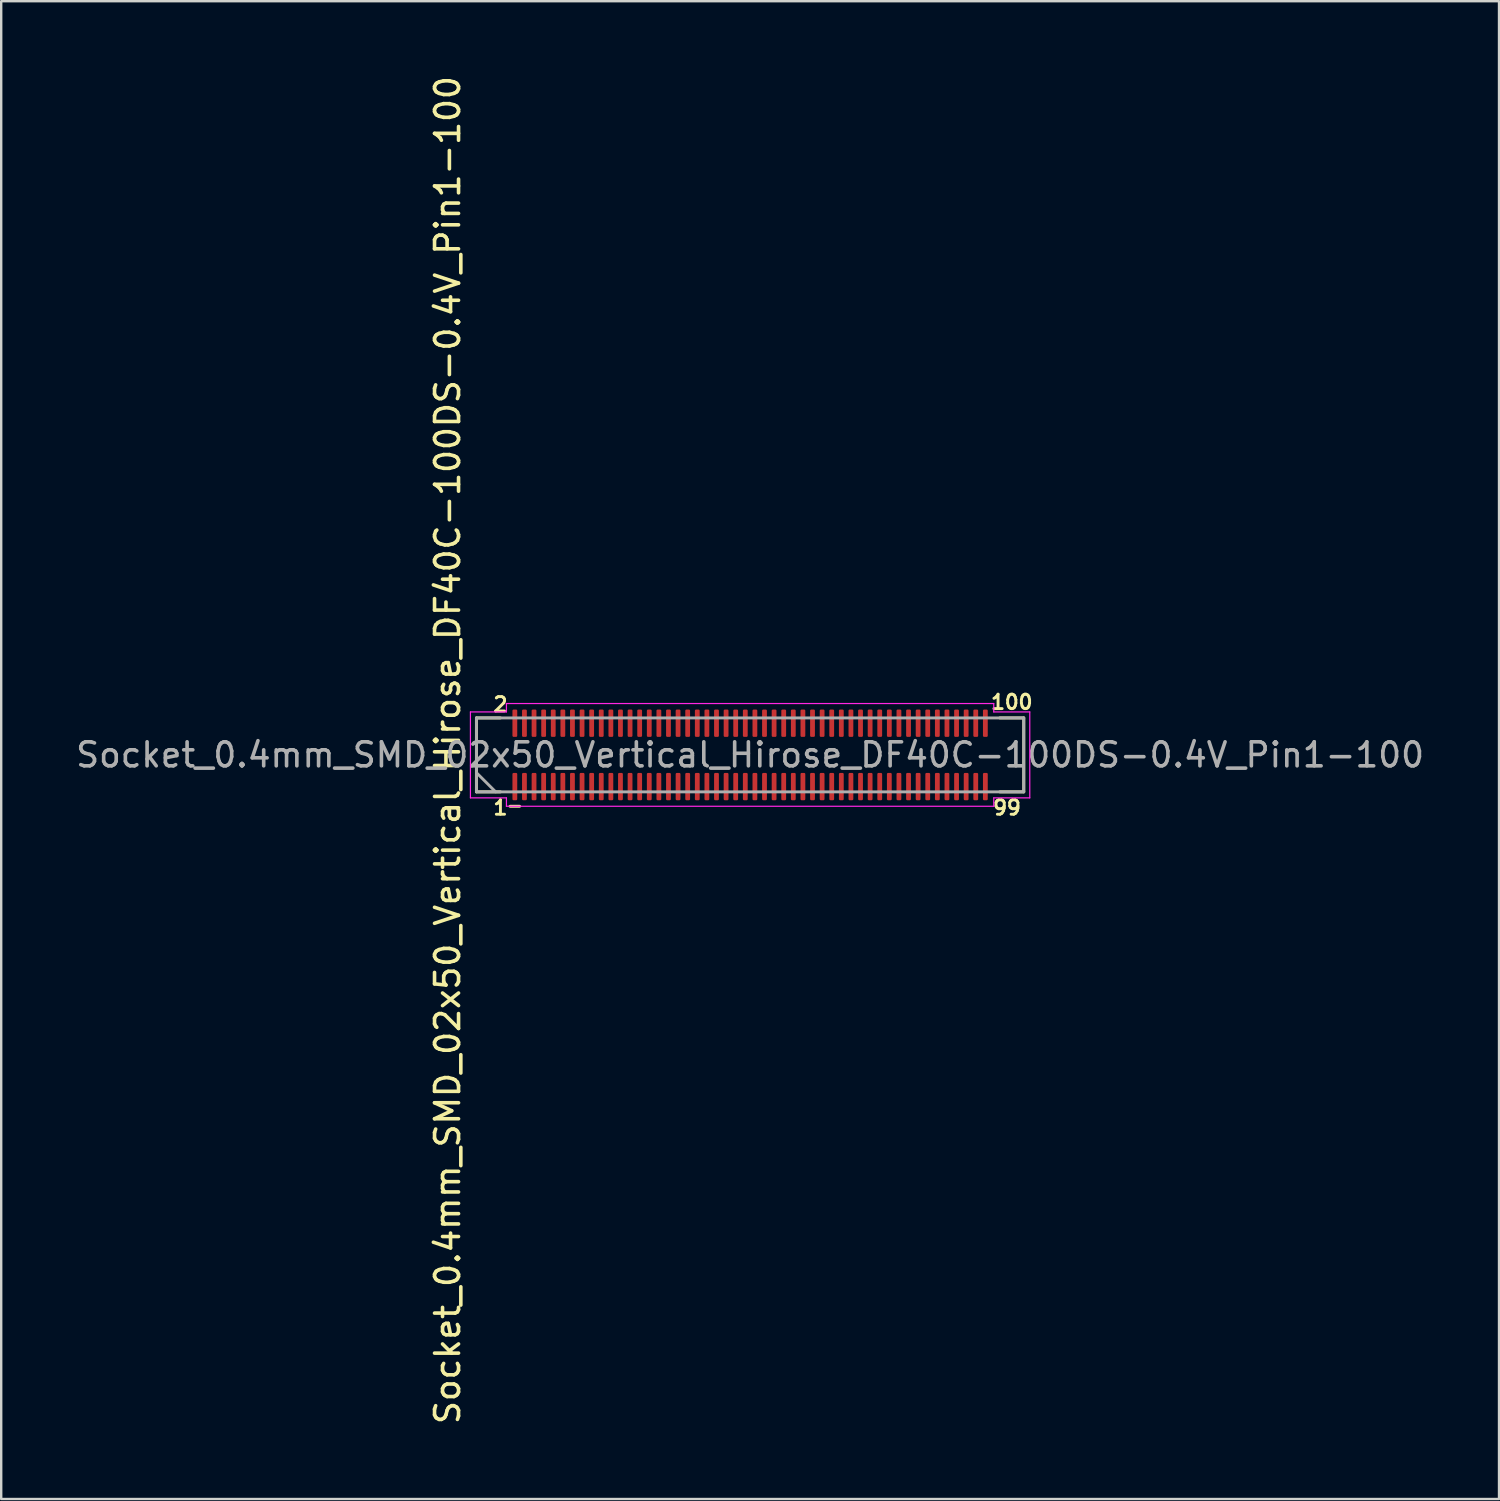
<source format=kicad_pcb>
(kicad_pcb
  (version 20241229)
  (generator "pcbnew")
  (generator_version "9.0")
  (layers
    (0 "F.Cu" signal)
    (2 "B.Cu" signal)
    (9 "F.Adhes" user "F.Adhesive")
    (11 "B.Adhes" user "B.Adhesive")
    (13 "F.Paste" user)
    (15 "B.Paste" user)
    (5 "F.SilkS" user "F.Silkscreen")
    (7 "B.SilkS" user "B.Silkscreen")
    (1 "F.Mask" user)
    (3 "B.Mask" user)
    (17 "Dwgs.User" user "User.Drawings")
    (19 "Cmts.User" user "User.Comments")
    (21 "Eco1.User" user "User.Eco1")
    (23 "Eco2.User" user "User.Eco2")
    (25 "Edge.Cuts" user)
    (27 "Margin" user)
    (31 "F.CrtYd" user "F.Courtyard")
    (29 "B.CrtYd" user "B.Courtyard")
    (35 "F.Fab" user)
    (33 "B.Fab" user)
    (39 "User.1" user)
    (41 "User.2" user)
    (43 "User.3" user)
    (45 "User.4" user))
  (footprint "Socket_0.4mm_SMD_02x50_Vertical_Hirose_DF40C-100DS-0.4V_Pin1-100"
    (layer "F.Cu")
    (at 28.196 28.396)
    (property "Reference" "Socket_0.4mm_SMD_02x50_Vertical_Hirose_DF40C-100DS-0.4V_Pin1-100" (at -12.6 -0.2 270) (layer "F.SilkS") (effects (font (size 1 1) (thickness 0.15))))
    (attr smd)
    (fp_line (start -11.4 -1.54) (end -11.4 1.54) (stroke (width 0.12) (type solid)) (layer "F.SilkS"))
    (fp_line (start -11.4 -1.54) (end -10.4 -1.54) (stroke (width 0.12) (type solid)) (layer "F.SilkS"))
    (fp_line (start -11.4 1.54) (end -10.4 1.54) (stroke (width 0.12) (type solid)) (layer "F.SilkS"))
    (fp_line (start -10 2.14) (end -9.6 2.14) (stroke (width 0.12) (type default)) (layer "F.SilkS"))
    (fp_line (start 11.4 -1.54) (end 10.4 -1.54) (stroke (width 0.12) (type solid)) (layer "F.SilkS"))
    (fp_line (start 11.4 1.54) (end 10.4 1.54) (stroke (width 0.12) (type solid)) (layer "F.SilkS"))
    (fp_line (start 11.4 1.54) (end 11.4 -1.54) (stroke (width 0.12) (type solid)) (layer "F.SilkS"))
    (fp_line (start -11.65 -1.79) (end -11.65 1.79) (stroke (width 0.05) (type default)) (layer "F.CrtYd"))
    (fp_line (start -11.65 1.79) (end -10.15 1.79) (stroke (width 0.05) (type default)) (layer "F.CrtYd"))
    (fp_line (start -10.15 -2.14) (end -10.15 -1.79) (stroke (width 0.05) (type default)) (layer "F.CrtYd"))
    (fp_line (start -10.15 -1.79) (end -11.65 -1.79) (stroke (width 0.05) (type default)) (layer "F.CrtYd"))
    (fp_line (start -10.15 1.79) (end -10.15 2.14) (stroke (width 0.05) (type default)) (layer "F.CrtYd"))
    (fp_line (start -10.15 2.14) (end 10.15 2.14) (stroke (width 0.05) (type default)) (layer "F.CrtYd"))
    (fp_line (start 10.15 -2.14) (end -10.15 -2.14) (stroke (width 0.05) (type default)) (layer "F.CrtYd"))
    (fp_line (start 10.15 -1.79) (end 10.15 -2.14) (stroke (width 0.05) (type default)) (layer "F.CrtYd"))
    (fp_line (start 10.15 1.79) (end 11.65 1.79) (stroke (width 0.05) (type default)) (layer "F.CrtYd"))
    (fp_line (start 10.15 2.14) (end 10.15 1.79) (stroke (width 0.05) (type default)) (layer "F.CrtYd"))
    (fp_line (start 11.65 -1.79) (end 10.15 -1.79) (stroke (width 0.05) (type default)) (layer "F.CrtYd"))
    (fp_line (start 11.65 1.79) (end 11.65 -1.79) (stroke (width 0.05) (type default)) (layer "F.CrtYd"))
    (fp_line (start -10.6 1.54) (end -11.4 0.74) (stroke (width 0.12) (type default)) (layer "F.Fab"))
    (fp_rect (start -11.4 1.54) (end 11.4 -1.54) (stroke (width 0.12) (type default)) (fill no) (layer "F.Fab"))
    (fp_text user "99" (at 10.7 2.2 0) (layer "F.SilkS") (effects (font (size 0.6 0.6) (thickness 0.12))))
    (fp_text user "2" (at -10.4 -2.1 0) (layer "F.SilkS") (effects (font (size 0.6 0.6) (thickness 0.12))))
    (fp_text user "100" (at 10.9 -2.2 0) (layer "F.SilkS") (effects (font (size 0.6 0.6) (thickness 0.12))))
    (fp_text user "1" (at -10.4 2.2 180) (layer "F.SilkS") (effects (font (size 0.6 0.6) (thickness 0.12))))
    (fp_text user "${REFERENCE}" (at 0 0 0) (layer "F.Fab") (effects (font (size 1 1) (thickness 0.15))))
    (pad "" smd roundrect (at -9.8 -1.54) (size 0.2 0.7) (layers "F.Mask") (roundrect_rratio 0.25))
    (pad "" smd roundrect (at -9.8 -1.54) (size 0.2 0.7) (layers "F.Paste") (roundrect_rratio 0.25))
    (pad "" smd roundrect (at -9.8 1.54) (size 0.2 0.7) (layers "F.Mask") (roundrect_rratio 0.25))
    (pad "" smd roundrect (at -9.8 1.54) (size 0.2 0.7) (layers "F.Paste") (roundrect_rratio 0.25))
    (pad "" smd roundrect (at -9.4 -1.54) (size 0.2 0.7) (layers "F.Mask") (roundrect_rratio 0.25))
    (pad "" smd roundrect (at -9.4 -1.54) (size 0.2 0.7) (layers "F.Paste") (roundrect_rratio 0.25))
    (pad "" smd roundrect (at -9.4 1.54) (size 0.2 0.7) (layers "F.Mask") (roundrect_rratio 0.25))
    (pad "" smd roundrect (at -9.4 1.54) (size 0.2 0.7) (layers "F.Paste") (roundrect_rratio 0.25))
    (pad "" smd roundrect (at -9 -1.54) (size 0.2 0.7) (layers "F.Mask") (roundrect_rratio 0.25))
    (pad "" smd roundrect (at -9 -1.54) (size 0.2 0.7) (layers "F.Paste") (roundrect_rratio 0.25))
    (pad "" smd roundrect (at -9 1.54) (size 0.2 0.7) (layers "F.Mask") (roundrect_rratio 0.25))
    (pad "" smd roundrect (at -9 1.54) (size 0.2 0.7) (layers "F.Paste") (roundrect_rratio 0.25))
    (pad "" smd roundrect (at -8.6 -1.54) (size 0.2 0.7) (layers "F.Mask") (roundrect_rratio 0.25))
    (pad "" smd roundrect (at -8.6 -1.54) (size 0.2 0.7) (layers "F.Paste") (roundrect_rratio 0.25))
    (pad "" smd roundrect (at -8.6 1.54) (size 0.2 0.7) (layers "F.Mask") (roundrect_rratio 0.25))
    (pad "" smd roundrect (at -8.6 1.54) (size 0.2 0.7) (layers "F.Paste") (roundrect_rratio 0.25))
    (pad "" smd roundrect (at -8.2 -1.54) (size 0.2 0.7) (layers "F.Mask") (roundrect_rratio 0.25))
    (pad "" smd roundrect (at -8.2 -1.54) (size 0.2 0.7) (layers "F.Paste") (roundrect_rratio 0.25))
    (pad "" smd roundrect (at -8.2 1.54) (size 0.2 0.7) (layers "F.Mask") (roundrect_rratio 0.25))
    (pad "" smd roundrect (at -8.2 1.54) (size 0.2 0.7) (layers "F.Paste") (roundrect_rratio 0.25))
    (pad "" smd roundrect (at -7.8 -1.54) (size 0.2 0.7) (layers "F.Mask") (roundrect_rratio 0.25))
    (pad "" smd roundrect (at -7.8 -1.54) (size 0.2 0.7) (layers "F.Paste") (roundrect_rratio 0.25))
    (pad "" smd roundrect (at -7.8 1.54) (size 0.2 0.7) (layers "F.Mask") (roundrect_rratio 0.25))
    (pad "" smd roundrect (at -7.8 1.54) (size 0.2 0.7) (layers "F.Paste") (roundrect_rratio 0.25))
    (pad "" smd roundrect (at -7.4 -1.54) (size 0.2 0.7) (layers "F.Mask") (roundrect_rratio 0.25))
    (pad "" smd roundrect (at -7.4 -1.54) (size 0.2 0.7) (layers "F.Paste") (roundrect_rratio 0.25))
    (pad "" smd roundrect (at -7.4 1.54) (size 0.2 0.7) (layers "F.Mask") (roundrect_rratio 0.25))
    (pad "" smd roundrect (at -7.4 1.54) (size 0.2 0.7) (layers "F.Paste") (roundrect_rratio 0.25))
    (pad "" smd roundrect (at -7 -1.54) (size 0.2 0.7) (layers "F.Mask") (roundrect_rratio 0.25))
    (pad "" smd roundrect (at -7 -1.54) (size 0.2 0.7) (layers "F.Paste") (roundrect_rratio 0.25))
    (pad "" smd roundrect (at -7 1.54) (size 0.2 0.7) (layers "F.Mask") (roundrect_rratio 0.25))
    (pad "" smd roundrect (at -7 1.54) (size 0.2 0.7) (layers "F.Paste") (roundrect_rratio 0.25))
    (pad "" smd roundrect (at -6.6 -1.54) (size 0.2 0.7) (layers "F.Mask") (roundrect_rratio 0.25))
    (pad "" smd roundrect (at -6.6 -1.54) (size 0.2 0.7) (layers "F.Paste") (roundrect_rratio 0.25))
    (pad "" smd roundrect (at -6.6 1.54) (size 0.2 0.7) (layers "F.Mask") (roundrect_rratio 0.25))
    (pad "" smd roundrect (at -6.6 1.54) (size 0.2 0.7) (layers "F.Paste") (roundrect_rratio 0.25))
    (pad "" smd roundrect (at -6.2 -1.54) (size 0.2 0.7) (layers "F.Mask") (roundrect_rratio 0.25))
    (pad "" smd roundrect (at -6.2 -1.54) (size 0.2 0.7) (layers "F.Paste") (roundrect_rratio 0.25))
    (pad "" smd roundrect (at -6.2 1.54) (size 0.2 0.7) (layers "F.Mask") (roundrect_rratio 0.25))
    (pad "" smd roundrect (at -6.2 1.54) (size 0.2 0.7) (layers "F.Paste") (roundrect_rratio 0.25))
    (pad "" smd roundrect (at -5.8 -1.54) (size 0.2 0.7) (layers "F.Mask") (roundrect_rratio 0.25))
    (pad "" smd roundrect (at -5.8 -1.54) (size 0.2 0.7) (layers "F.Paste") (roundrect_rratio 0.25))
    (pad "" smd roundrect (at -5.8 1.54) (size 0.2 0.7) (layers "F.Mask") (roundrect_rratio 0.25))
    (pad "" smd roundrect (at -5.8 1.54) (size 0.2 0.7) (layers "F.Paste") (roundrect_rratio 0.25))
    (pad "" smd roundrect (at -5.4 -1.54) (size 0.2 0.7) (layers "F.Mask") (roundrect_rratio 0.25))
    (pad "" smd roundrect (at -5.4 -1.54) (size 0.2 0.7) (layers "F.Paste") (roundrect_rratio 0.25))
    (pad "" smd roundrect (at -5.4 1.54) (size 0.2 0.7) (layers "F.Mask") (roundrect_rratio 0.25))
    (pad "" smd roundrect (at -5.4 1.54) (size 0.2 0.7) (layers "F.Paste") (roundrect_rratio 0.25))
    (pad "" smd roundrect (at -5 -1.54) (size 0.2 0.7) (layers "F.Mask") (roundrect_rratio 0.25))
    (pad "" smd roundrect (at -5 -1.54) (size 0.2 0.7) (layers "F.Paste") (roundrect_rratio 0.25))
    (pad "" smd roundrect (at -5 1.54) (size 0.2 0.7) (layers "F.Mask") (roundrect_rratio 0.25))
    (pad "" smd roundrect (at -5 1.54) (size 0.2 0.7) (layers "F.Paste") (roundrect_rratio 0.25))
    (pad "" smd roundrect (at -4.6 -1.54) (size 0.2 0.7) (layers "F.Mask") (roundrect_rratio 0.25))
    (pad "" smd roundrect (at -4.6 -1.54) (size 0.2 0.7) (layers "F.Paste") (roundrect_rratio 0.25))
    (pad "" smd roundrect (at -4.6 1.54) (size 0.2 0.7) (layers "F.Mask") (roundrect_rratio 0.25))
    (pad "" smd roundrect (at -4.6 1.54) (size 0.2 0.7) (layers "F.Paste") (roundrect_rratio 0.25))
    (pad "" smd roundrect (at -4.2 -1.54) (size 0.2 0.7) (layers "F.Mask") (roundrect_rratio 0.25))
    (pad "" smd roundrect (at -4.2 -1.54) (size 0.2 0.7) (layers "F.Paste") (roundrect_rratio 0.25))
    (pad "" smd roundrect (at -4.2 1.54) (size 0.2 0.7) (layers "F.Mask") (roundrect_rratio 0.25))
    (pad "" smd roundrect (at -4.2 1.54) (size 0.2 0.7) (layers "F.Paste") (roundrect_rratio 0.25))
    (pad "" smd roundrect (at -3.8 -1.54) (size 0.2 0.7) (layers "F.Mask") (roundrect_rratio 0.25))
    (pad "" smd roundrect (at -3.8 -1.54) (size 0.2 0.7) (layers "F.Paste") (roundrect_rratio 0.25))
    (pad "" smd roundrect (at -3.8 1.54) (size 0.2 0.7) (layers "F.Mask") (roundrect_rratio 0.25))
    (pad "" smd roundrect (at -3.8 1.54) (size 0.2 0.7) (layers "F.Paste") (roundrect_rratio 0.25))
    (pad "" smd roundrect (at -3.4 -1.54) (size 0.2 0.7) (layers "F.Mask") (roundrect_rratio 0.25))
    (pad "" smd roundrect (at -3.4 -1.54) (size 0.2 0.7) (layers "F.Paste") (roundrect_rratio 0.25))
    (pad "" smd roundrect (at -3.4 1.54) (size 0.2 0.7) (layers "F.Mask") (roundrect_rratio 0.25))
    (pad "" smd roundrect (at -3.4 1.54) (size 0.2 0.7) (layers "F.Paste") (roundrect_rratio 0.25))
    (pad "" smd roundrect (at -3 -1.54) (size 0.2 0.7) (layers "F.Mask") (roundrect_rratio 0.25))
    (pad "" smd roundrect (at -3 -1.54) (size 0.2 0.7) (layers "F.Paste") (roundrect_rratio 0.25))
    (pad "" smd roundrect (at -3 1.54) (size 0.2 0.7) (layers "F.Mask") (roundrect_rratio 0.25))
    (pad "" smd roundrect (at -3 1.54) (size 0.2 0.7) (layers "F.Paste") (roundrect_rratio 0.25))
    (pad "" smd roundrect (at -2.6 -1.54) (size 0.2 0.7) (layers "F.Mask") (roundrect_rratio 0.25))
    (pad "" smd roundrect (at -2.6 -1.54) (size 0.2 0.7) (layers "F.Paste") (roundrect_rratio 0.25))
    (pad "" smd roundrect (at -2.6 1.54) (size 0.2 0.7) (layers "F.Mask") (roundrect_rratio 0.25))
    (pad "" smd roundrect (at -2.6 1.54) (size 0.2 0.7) (layers "F.Paste") (roundrect_rratio 0.25))
    (pad "" smd roundrect (at -2.2 -1.54) (size 0.2 0.7) (layers "F.Mask") (roundrect_rratio 0.25))
    (pad "" smd roundrect (at -2.2 -1.54) (size 0.2 0.7) (layers "F.Paste") (roundrect_rratio 0.25))
    (pad "" smd roundrect (at -2.2 1.54) (size 0.2 0.7) (layers "F.Mask") (roundrect_rratio 0.25))
    (pad "" smd roundrect (at -2.2 1.54) (size 0.2 0.7) (layers "F.Paste") (roundrect_rratio 0.25))
    (pad "" smd roundrect (at -1.8 -1.54) (size 0.2 0.7) (layers "F.Mask") (roundrect_rratio 0.25))
    (pad "" smd roundrect (at -1.8 -1.54) (size 0.2 0.7) (layers "F.Paste") (roundrect_rratio 0.25))
    (pad "" smd roundrect (at -1.8 1.54) (size 0.2 0.7) (layers "F.Mask") (roundrect_rratio 0.25))
    (pad "" smd roundrect (at -1.8 1.54) (size 0.2 0.7) (layers "F.Paste") (roundrect_rratio 0.25))
    (pad "" smd roundrect (at -1.4 -1.54) (size 0.2 0.7) (layers "F.Mask") (roundrect_rratio 0.25))
    (pad "" smd roundrect (at -1.4 -1.54) (size 0.2 0.7) (layers "F.Paste") (roundrect_rratio 0.25))
    (pad "" smd roundrect (at -1.4 1.54) (size 0.2 0.7) (layers "F.Mask") (roundrect_rratio 0.25))
    (pad "" smd roundrect (at -1.4 1.54) (size 0.2 0.7) (layers "F.Paste") (roundrect_rratio 0.25))
    (pad "" smd roundrect (at -1 -1.54) (size 0.2 0.7) (layers "F.Mask") (roundrect_rratio 0.25))
    (pad "" smd roundrect (at -1 -1.54) (size 0.2 0.7) (layers "F.Paste") (roundrect_rratio 0.25))
    (pad "" smd roundrect (at -1 1.54) (size 0.2 0.7) (layers "F.Mask") (roundrect_rratio 0.25))
    (pad "" smd roundrect (at -1 1.54) (size 0.2 0.7) (layers "F.Paste") (roundrect_rratio 0.25))
    (pad "" smd roundrect (at -0.6 -1.54) (size 0.2 0.7) (layers "F.Mask") (roundrect_rratio 0.25))
    (pad "" smd roundrect (at -0.6 -1.54) (size 0.2 0.7) (layers "F.Paste") (roundrect_rratio 0.25))
    (pad "" smd roundrect (at -0.6 1.54) (size 0.2 0.7) (layers "F.Mask") (roundrect_rratio 0.25))
    (pad "" smd roundrect (at -0.6 1.54) (size 0.2 0.7) (layers "F.Paste") (roundrect_rratio 0.25))
    (pad "" smd roundrect (at -0.2 -1.54) (size 0.2 0.7) (layers "F.Mask") (roundrect_rratio 0.25))
    (pad "" smd roundrect (at -0.2 -1.54) (size 0.2 0.7) (layers "F.Paste") (roundrect_rratio 0.25))
    (pad "" smd roundrect (at -0.2 1.54) (size 0.2 0.7) (layers "F.Mask") (roundrect_rratio 0.25))
    (pad "" smd roundrect (at -0.2 1.54) (size 0.2 0.7) (layers "F.Paste") (roundrect_rratio 0.25))
    (pad "" smd roundrect (at 0.2 -1.54) (size 0.2 0.7) (layers "F.Mask") (roundrect_rratio 0.25))
    (pad "" smd roundrect (at 0.2 -1.54) (size 0.2 0.7) (layers "F.Paste") (roundrect_rratio 0.25))
    (pad "" smd roundrect (at 0.2 1.54) (size 0.2 0.7) (layers "F.Mask") (roundrect_rratio 0.25))
    (pad "" smd roundrect (at 0.2 1.54) (size 0.2 0.7) (layers "F.Paste") (roundrect_rratio 0.25))
    (pad "" smd roundrect (at 0.6 -1.54) (size 0.2 0.7) (layers "F.Mask") (roundrect_rratio 0.25))
    (pad "" smd roundrect (at 0.6 -1.54) (size 0.2 0.7) (layers "F.Paste") (roundrect_rratio 0.25))
    (pad "" smd roundrect (at 0.6 1.54) (size 0.2 0.7) (layers "F.Mask") (roundrect_rratio 0.25))
    (pad "" smd roundrect (at 0.6 1.54) (size 0.2 0.7) (layers "F.Paste") (roundrect_rratio 0.25))
    (pad "" smd roundrect (at 1 -1.54) (size 0.2 0.7) (layers "F.Mask") (roundrect_rratio 0.25))
    (pad "" smd roundrect (at 1 -1.54) (size 0.2 0.7) (layers "F.Paste") (roundrect_rratio 0.25))
    (pad "" smd roundrect (at 1 1.54) (size 0.2 0.7) (layers "F.Mask") (roundrect_rratio 0.25))
    (pad "" smd roundrect (at 1 1.54) (size 0.2 0.7) (layers "F.Paste") (roundrect_rratio 0.25))
    (pad "" smd roundrect (at 1.4 -1.54) (size 0.2 0.7) (layers "F.Mask") (roundrect_rratio 0.25))
    (pad "" smd roundrect (at 1.4 -1.54) (size 0.2 0.7) (layers "F.Paste") (roundrect_rratio 0.25))
    (pad "" smd roundrect (at 1.4 1.54) (size 0.2 0.7) (layers "F.Mask") (roundrect_rratio 0.25))
    (pad "" smd roundrect (at 1.4 1.54) (size 0.2 0.7) (layers "F.Paste") (roundrect_rratio 0.25))
    (pad "" smd roundrect (at 1.8 -1.54) (size 0.2 0.7) (layers "F.Mask") (roundrect_rratio 0.25))
    (pad "" smd roundrect (at 1.8 -1.54) (size 0.2 0.7) (layers "F.Paste") (roundrect_rratio 0.25))
    (pad "" smd roundrect (at 1.8 1.54) (size 0.2 0.7) (layers "F.Mask") (roundrect_rratio 0.25))
    (pad "" smd roundrect (at 1.8 1.54) (size 0.2 0.7) (layers "F.Paste") (roundrect_rratio 0.25))
    (pad "" smd roundrect (at 2.2 -1.54) (size 0.2 0.7) (layers "F.Mask") (roundrect_rratio 0.25))
    (pad "" smd roundrect (at 2.2 -1.54) (size 0.2 0.7) (layers "F.Paste") (roundrect_rratio 0.25))
    (pad "" smd roundrect (at 2.2 1.54) (size 0.2 0.7) (layers "F.Mask") (roundrect_rratio 0.25))
    (pad "" smd roundrect (at 2.2 1.54) (size 0.2 0.7) (layers "F.Paste") (roundrect_rratio 0.25))
    (pad "" smd roundrect (at 2.6 -1.54) (size 0.2 0.7) (layers "F.Mask") (roundrect_rratio 0.25))
    (pad "" smd roundrect (at 2.6 -1.54) (size 0.2 0.7) (layers "F.Paste") (roundrect_rratio 0.25))
    (pad "" smd roundrect (at 2.6 1.54) (size 0.2 0.7) (layers "F.Mask") (roundrect_rratio 0.25))
    (pad "" smd roundrect (at 2.6 1.54) (size 0.2 0.7) (layers "F.Paste") (roundrect_rratio 0.25))
    (pad "" smd roundrect (at 3 -1.54) (size 0.2 0.7) (layers "F.Mask") (roundrect_rratio 0.25))
    (pad "" smd roundrect (at 3 -1.54) (size 0.2 0.7) (layers "F.Paste") (roundrect_rratio 0.25))
    (pad "" smd roundrect (at 3 1.54) (size 0.2 0.7) (layers "F.Mask") (roundrect_rratio 0.25))
    (pad "" smd roundrect (at 3 1.54) (size 0.2 0.7) (layers "F.Paste") (roundrect_rratio 0.25))
    (pad "" smd roundrect (at 3.4 -1.54) (size 0.2 0.7) (layers "F.Mask") (roundrect_rratio 0.25))
    (pad "" smd roundrect (at 3.4 -1.54) (size 0.2 0.7) (layers "F.Paste") (roundrect_rratio 0.25))
    (pad "" smd roundrect (at 3.4 1.54) (size 0.2 0.7) (layers "F.Mask") (roundrect_rratio 0.25))
    (pad "" smd roundrect (at 3.4 1.54) (size 0.2 0.7) (layers "F.Paste") (roundrect_rratio 0.25))
    (pad "" smd roundrect (at 3.8 -1.54) (size 0.2 0.7) (layers "F.Mask") (roundrect_rratio 0.25))
    (pad "" smd roundrect (at 3.8 -1.54) (size 0.2 0.7) (layers "F.Paste") (roundrect_rratio 0.25))
    (pad "" smd roundrect (at 3.8 1.54) (size 0.2 0.7) (layers "F.Mask") (roundrect_rratio 0.25))
    (pad "" smd roundrect (at 3.8 1.54) (size 0.2 0.7) (layers "F.Paste") (roundrect_rratio 0.25))
    (pad "" smd roundrect (at 4.2 -1.54) (size 0.2 0.7) (layers "F.Mask") (roundrect_rratio 0.25))
    (pad "" smd roundrect (at 4.2 -1.54) (size 0.2 0.7) (layers "F.Paste") (roundrect_rratio 0.25))
    (pad "" smd roundrect (at 4.2 1.54) (size 0.2 0.7) (layers "F.Mask") (roundrect_rratio 0.25))
    (pad "" smd roundrect (at 4.2 1.54) (size 0.2 0.7) (layers "F.Paste") (roundrect_rratio 0.25))
    (pad "" smd roundrect (at 4.6 -1.54) (size 0.2 0.7) (layers "F.Mask") (roundrect_rratio 0.25))
    (pad "" smd roundrect (at 4.6 -1.54) (size 0.2 0.7) (layers "F.Paste") (roundrect_rratio 0.25))
    (pad "" smd roundrect (at 4.6 1.54) (size 0.2 0.7) (layers "F.Mask") (roundrect_rratio 0.25))
    (pad "" smd roundrect (at 4.6 1.54) (size 0.2 0.7) (layers "F.Paste") (roundrect_rratio 0.25))
    (pad "" smd roundrect (at 5 -1.54) (size 0.2 0.7) (layers "F.Mask") (roundrect_rratio 0.25))
    (pad "" smd roundrect (at 5 -1.54) (size 0.2 0.7) (layers "F.Paste") (roundrect_rratio 0.25))
    (pad "" smd roundrect (at 5 1.54) (size 0.2 0.7) (layers "F.Mask") (roundrect_rratio 0.25))
    (pad "" smd roundrect (at 5 1.54) (size 0.2 0.7) (layers "F.Paste") (roundrect_rratio 0.25))
    (pad "" smd roundrect (at 5.4 -1.54) (size 0.2 0.7) (layers "F.Mask") (roundrect_rratio 0.25))
    (pad "" smd roundrect (at 5.4 -1.54) (size 0.2 0.7) (layers "F.Paste") (roundrect_rratio 0.25))
    (pad "" smd roundrect (at 5.4 1.54) (size 0.2 0.7) (layers "F.Mask") (roundrect_rratio 0.25))
    (pad "" smd roundrect (at 5.4 1.54) (size 0.2 0.7) (layers "F.Paste") (roundrect_rratio 0.25))
    (pad "" smd roundrect (at 5.8 -1.54) (size 0.2 0.7) (layers "F.Mask") (roundrect_rratio 0.25))
    (pad "" smd roundrect (at 5.8 -1.54) (size 0.2 0.7) (layers "F.Paste") (roundrect_rratio 0.25))
    (pad "" smd roundrect (at 5.8 1.54) (size 0.2 0.7) (layers "F.Mask") (roundrect_rratio 0.25))
    (pad "" smd roundrect (at 5.8 1.54) (size 0.2 0.7) (layers "F.Paste") (roundrect_rratio 0.25))
    (pad "" smd roundrect (at 6.2 -1.54) (size 0.2 0.7) (layers "F.Mask") (roundrect_rratio 0.25))
    (pad "" smd roundrect (at 6.2 -1.54) (size 0.2 0.7) (layers "F.Paste") (roundrect_rratio 0.25))
    (pad "" smd roundrect (at 6.2 1.54) (size 0.2 0.7) (layers "F.Mask") (roundrect_rratio 0.25))
    (pad "" smd roundrect (at 6.2 1.54) (size 0.2 0.7) (layers "F.Paste") (roundrect_rratio 0.25))
    (pad "" smd roundrect (at 6.6 -1.54) (size 0.2 0.7) (layers "F.Mask") (roundrect_rratio 0.25))
    (pad "" smd roundrect (at 6.6 -1.54) (size 0.2 0.7) (layers "F.Paste") (roundrect_rratio 0.25))
    (pad "" smd roundrect (at 6.6 1.54) (size 0.2 0.7) (layers "F.Mask") (roundrect_rratio 0.25))
    (pad "" smd roundrect (at 6.6 1.54) (size 0.2 0.7) (layers "F.Paste") (roundrect_rratio 0.25))
    (pad "" smd roundrect (at 7 -1.54) (size 0.2 0.7) (layers "F.Mask") (roundrect_rratio 0.25))
    (pad "" smd roundrect (at 7 -1.54) (size 0.2 0.7) (layers "F.Paste") (roundrect_rratio 0.25))
    (pad "" smd roundrect (at 7 1.54) (size 0.2 0.7) (layers "F.Mask") (roundrect_rratio 0.25))
    (pad "" smd roundrect (at 7 1.54) (size 0.2 0.7) (layers "F.Paste") (roundrect_rratio 0.25))
    (pad "" smd roundrect (at 7.4 -1.54) (size 0.2 0.7) (layers "F.Mask") (roundrect_rratio 0.25))
    (pad "" smd roundrect (at 7.4 -1.54) (size 0.2 0.7) (layers "F.Paste") (roundrect_rratio 0.25))
    (pad "" smd roundrect (at 7.4 1.54) (size 0.2 0.7) (layers "F.Mask") (roundrect_rratio 0.25))
    (pad "" smd roundrect (at 7.4 1.54) (size 0.2 0.7) (layers "F.Paste") (roundrect_rratio 0.25))
    (pad "" smd roundrect (at 7.8 -1.54) (size 0.2 0.7) (layers "F.Mask") (roundrect_rratio 0.25))
    (pad "" smd roundrect (at 7.8 -1.54) (size 0.2 0.7) (layers "F.Paste") (roundrect_rratio 0.25))
    (pad "" smd roundrect (at 7.8 1.54) (size 0.2 0.7) (layers "F.Mask") (roundrect_rratio 0.25))
    (pad "" smd roundrect (at 7.8 1.54) (size 0.2 0.7) (layers "F.Paste") (roundrect_rratio 0.25))
    (pad "" smd roundrect (at 8.2 -1.54) (size 0.2 0.7) (layers "F.Mask") (roundrect_rratio 0.25))
    (pad "" smd roundrect (at 8.2 -1.54) (size 0.2 0.7) (layers "F.Paste") (roundrect_rratio 0.25))
    (pad "" smd roundrect (at 8.2 1.54) (size 0.2 0.7) (layers "F.Mask") (roundrect_rratio 0.25))
    (pad "" smd roundrect (at 8.2 1.54) (size 0.2 0.7) (layers "F.Paste") (roundrect_rratio 0.25))
    (pad "" smd roundrect (at 8.6 -1.54) (size 0.2 0.7) (layers "F.Mask") (roundrect_rratio 0.25))
    (pad "" smd roundrect (at 8.6 -1.54) (size 0.2 0.7) (layers "F.Paste") (roundrect_rratio 0.25))
    (pad "" smd roundrect (at 8.6 1.54) (size 0.2 0.7) (layers "F.Mask") (roundrect_rratio 0.25))
    (pad "" smd roundrect (at 8.6 1.54) (size 0.2 0.7) (layers "F.Paste") (roundrect_rratio 0.25))
    (pad "" smd roundrect (at 9 -1.54) (size 0.2 0.7) (layers "F.Mask") (roundrect_rratio 0.25))
    (pad "" smd roundrect (at 9 -1.54) (size 0.2 0.7) (layers "F.Paste") (roundrect_rratio 0.25))
    (pad "" smd roundrect (at 9 1.54) (size 0.2 0.7) (layers "F.Mask") (roundrect_rratio 0.25))
    (pad "" smd roundrect (at 9 1.54) (size 0.2 0.7) (layers "F.Paste") (roundrect_rratio 0.25))
    (pad "" smd roundrect (at 9.4 -1.54) (size 0.2 0.7) (layers "F.Mask") (roundrect_rratio 0.25))
    (pad "" smd roundrect (at 9.4 -1.54) (size 0.2 0.7) (layers "F.Paste") (roundrect_rratio 0.25))
    (pad "" smd roundrect (at 9.4 1.54) (size 0.2 0.7) (layers "F.Mask") (roundrect_rratio 0.25))
    (pad "" smd roundrect (at 9.4 1.54) (size 0.2 0.7) (layers "F.Paste") (roundrect_rratio 0.25))
    (pad "" smd roundrect (at 9.8 -1.54) (size 0.2 0.7) (layers "F.Mask") (roundrect_rratio 0.25))
    (pad "" smd roundrect (at 9.8 -1.54) (size 0.2 0.7) (layers "F.Paste") (roundrect_rratio 0.25))
    (pad "" smd roundrect (at 9.8 1.54) (size 0.2 0.7) (layers "F.Mask") (roundrect_rratio 0.25))
    (pad "" smd roundrect (at 9.8 1.54) (size 0.2 0.7) (layers "F.Paste") (roundrect_rratio 0.25))
    (pad "1" smd roundrect (at -9.8 1.32) (size 0.2 1.14) (layers "F.Cu") (roundrect_rratio 0.25))
    (pad "2" smd roundrect (at -9.8 -1.32) (size 0.2 1.14) (layers "F.Cu") (roundrect_rratio 0.25))
    (pad "3" smd roundrect (at -9.4 1.32) (size 0.2 1.14) (layers "F.Cu") (roundrect_rratio 0.25))
    (pad "4" smd roundrect (at -9.4 -1.32) (size 0.2 1.14) (layers "F.Cu") (roundrect_rratio 0.25))
    (pad "5" smd roundrect (at -9 1.32) (size 0.2 1.14) (layers "F.Cu") (roundrect_rratio 0.25))
    (pad "6" smd roundrect (at -9 -1.32) (size 0.2 1.14) (layers "F.Cu") (roundrect_rratio 0.25))
    (pad "7" smd roundrect (at -8.6 1.32) (size 0.2 1.14) (layers "F.Cu") (roundrect_rratio 0.25))
    (pad "8" smd roundrect (at -8.6 -1.32) (size 0.2 1.14) (layers "F.Cu") (roundrect_rratio 0.25))
    (pad "9" smd roundrect (at -8.2 1.32) (size 0.2 1.14) (layers "F.Cu") (roundrect_rratio 0.25))
    (pad "10" smd roundrect (at -8.2 -1.32) (size 0.2 1.14) (layers "F.Cu") (roundrect_rratio 0.25))
    (pad "11" smd roundrect (at -7.8 1.32) (size 0.2 1.14) (layers "F.Cu") (roundrect_rratio 0.25))
    (pad "12" smd roundrect (at -7.8 -1.32) (size 0.2 1.14) (layers "F.Cu") (roundrect_rratio 0.25))
    (pad "13" smd roundrect (at -7.4 1.32) (size 0.2 1.14) (layers "F.Cu") (roundrect_rratio 0.25))
    (pad "14" smd roundrect (at -7.4 -1.32) (size 0.2 1.14) (layers "F.Cu") (roundrect_rratio 0.25))
    (pad "15" smd roundrect (at -7 1.32) (size 0.2 1.14) (layers "F.Cu") (roundrect_rratio 0.25))
    (pad "16" smd roundrect (at -7 -1.32) (size 0.2 1.14) (layers "F.Cu") (roundrect_rratio 0.25))
    (pad "17" smd roundrect (at -6.6 1.32) (size 0.2 1.14) (layers "F.Cu") (roundrect_rratio 0.25))
    (pad "18" smd roundrect (at -6.6 -1.32) (size 0.2 1.14) (layers "F.Cu") (roundrect_rratio 0.25))
    (pad "19" smd roundrect (at -6.2 1.32) (size 0.2 1.14) (layers "F.Cu") (roundrect_rratio 0.25))
    (pad "20" smd roundrect (at -6.2 -1.32) (size 0.2 1.14) (layers "F.Cu") (roundrect_rratio 0.25))
    (pad "21" smd roundrect (at -5.8 1.32) (size 0.2 1.14) (layers "F.Cu") (roundrect_rratio 0.25))
    (pad "22" smd roundrect (at -5.8 -1.32) (size 0.2 1.14) (layers "F.Cu") (roundrect_rratio 0.25))
    (pad "23" smd roundrect (at -5.4 1.32) (size 0.2 1.14) (layers "F.Cu") (roundrect_rratio 0.25))
    (pad "24" smd roundrect (at -5.4 -1.32) (size 0.2 1.14) (layers "F.Cu") (roundrect_rratio 0.25))
    (pad "25" smd roundrect (at -5 1.32) (size 0.2 1.14) (layers "F.Cu") (roundrect_rratio 0.25))
    (pad "26" smd roundrect (at -5 -1.32) (size 0.2 1.14) (layers "F.Cu") (roundrect_rratio 0.25))
    (pad "27" smd roundrect (at -4.6 1.32) (size 0.2 1.14) (layers "F.Cu") (roundrect_rratio 0.25))
    (pad "28" smd roundrect (at -4.6 -1.32) (size 0.2 1.14) (layers "F.Cu") (roundrect_rratio 0.25))
    (pad "29" smd roundrect (at -4.2 1.32) (size 0.2 1.14) (layers "F.Cu") (roundrect_rratio 0.25))
    (pad "30" smd roundrect (at -4.2 -1.32) (size 0.2 1.14) (layers "F.Cu") (roundrect_rratio 0.25))
    (pad "31" smd roundrect (at -3.8 1.32) (size 0.2 1.14) (layers "F.Cu") (roundrect_rratio 0.25))
    (pad "32" smd roundrect (at -3.8 -1.32) (size 0.2 1.14) (layers "F.Cu") (roundrect_rratio 0.25))
    (pad "33" smd roundrect (at -3.4 1.32) (size 0.2 1.14) (layers "F.Cu") (roundrect_rratio 0.25))
    (pad "34" smd roundrect (at -3.4 -1.32) (size 0.2 1.14) (layers "F.Cu") (roundrect_rratio 0.25))
    (pad "35" smd roundrect (at -3 1.32) (size 0.2 1.14) (layers "F.Cu") (roundrect_rratio 0.25))
    (pad "36" smd roundrect (at -3 -1.32) (size 0.2 1.14) (layers "F.Cu") (roundrect_rratio 0.25))
    (pad "37" smd roundrect (at -2.6 1.32) (size 0.2 1.14) (layers "F.Cu") (roundrect_rratio 0.25))
    (pad "38" smd roundrect (at -2.6 -1.32) (size 0.2 1.14) (layers "F.Cu") (roundrect_rratio 0.25))
    (pad "39" smd roundrect (at -2.2 1.32) (size 0.2 1.14) (layers "F.Cu") (roundrect_rratio 0.25))
    (pad "40" smd roundrect (at -2.2 -1.32) (size 0.2 1.14) (layers "F.Cu") (roundrect_rratio 0.25))
    (pad "41" smd roundrect (at -1.8 1.32) (size 0.2 1.14) (layers "F.Cu") (roundrect_rratio 0.25))
    (pad "42" smd roundrect (at -1.8 -1.32) (size 0.2 1.14) (layers "F.Cu") (roundrect_rratio 0.25))
    (pad "43" smd roundrect (at -1.4 1.32) (size 0.2 1.14) (layers "F.Cu") (roundrect_rratio 0.25))
    (pad "44" smd roundrect (at -1.4 -1.32) (size 0.2 1.14) (layers "F.Cu") (roundrect_rratio 0.25))
    (pad "45" smd roundrect (at -1 1.32) (size 0.2 1.14) (layers "F.Cu") (roundrect_rratio 0.25))
    (pad "46" smd roundrect (at -1 -1.32) (size 0.2 1.14) (layers "F.Cu") (roundrect_rratio 0.25))
    (pad "47" smd roundrect (at -0.6 1.32) (size 0.2 1.14) (layers "F.Cu") (roundrect_rratio 0.25))
    (pad "48" smd roundrect (at -0.6 -1.32) (size 0.2 1.14) (layers "F.Cu") (roundrect_rratio 0.25))
    (pad "49" smd roundrect (at -0.2 1.32) (size 0.2 1.14) (layers "F.Cu") (roundrect_rratio 0.25))
    (pad "50" smd roundrect (at -0.2 -1.32) (size 0.2 1.14) (layers "F.Cu") (roundrect_rratio 0.25))
    (pad "51" smd roundrect (at 0.2 1.32) (size 0.2 1.14) (layers "F.Cu") (roundrect_rratio 0.25))
    (pad "52" smd roundrect (at 0.2 -1.32) (size 0.2 1.14) (layers "F.Cu") (roundrect_rratio 0.25))
    (pad "53" smd roundrect (at 0.6 1.32) (size 0.2 1.14) (layers "F.Cu") (roundrect_rratio 0.25))
    (pad "54" smd roundrect (at 0.6 -1.32) (size 0.2 1.14) (layers "F.Cu") (roundrect_rratio 0.25))
    (pad "55" smd roundrect (at 1 1.32) (size 0.2 1.14) (layers "F.Cu") (roundrect_rratio 0.25))
    (pad "56" smd roundrect (at 1 -1.32) (size 0.2 1.14) (layers "F.Cu") (roundrect_rratio 0.25))
    (pad "57" smd roundrect (at 1.4 1.32) (size 0.2 1.14) (layers "F.Cu") (roundrect_rratio 0.25))
    (pad "58" smd roundrect (at 1.4 -1.32) (size 0.2 1.14) (layers "F.Cu") (roundrect_rratio 0.25))
    (pad "59" smd roundrect (at 1.8 1.32) (size 0.2 1.14) (layers "F.Cu") (roundrect_rratio 0.25))
    (pad "60" smd roundrect (at 1.8 -1.32) (size 0.2 1.14) (layers "F.Cu") (roundrect_rratio 0.25))
    (pad "61" smd roundrect (at 2.2 1.32) (size 0.2 1.14) (layers "F.Cu") (roundrect_rratio 0.25))
    (pad "62" smd roundrect (at 2.2 -1.32) (size 0.2 1.14) (layers "F.Cu") (roundrect_rratio 0.25))
    (pad "63" smd roundrect (at 2.6 1.32) (size 0.2 1.14) (layers "F.Cu") (roundrect_rratio 0.25))
    (pad "64" smd roundrect (at 2.6 -1.32) (size 0.2 1.14) (layers "F.Cu") (roundrect_rratio 0.25))
    (pad "65" smd roundrect (at 3 1.32) (size 0.2 1.14) (layers "F.Cu") (roundrect_rratio 0.25))
    (pad "66" smd roundrect (at 3 -1.32) (size 0.2 1.14) (layers "F.Cu") (roundrect_rratio 0.25))
    (pad "67" smd roundrect (at 3.4 1.32) (size 0.2 1.14) (layers "F.Cu") (roundrect_rratio 0.25))
    (pad "68" smd roundrect (at 3.4 -1.32) (size 0.2 1.14) (layers "F.Cu") (roundrect_rratio 0.25))
    (pad "69" smd roundrect (at 3.8 1.32) (size 0.2 1.14) (layers "F.Cu") (roundrect_rratio 0.25))
    (pad "70" smd roundrect (at 3.8 -1.32) (size 0.2 1.14) (layers "F.Cu") (roundrect_rratio 0.25))
    (pad "71" smd roundrect (at 4.2 1.32) (size 0.2 1.14) (layers "F.Cu") (roundrect_rratio 0.25))
    (pad "72" smd roundrect (at 4.2 -1.32) (size 0.2 1.14) (layers "F.Cu") (roundrect_rratio 0.25))
    (pad "73" smd roundrect (at 4.6 1.32) (size 0.2 1.14) (layers "F.Cu") (roundrect_rratio 0.25))
    (pad "74" smd roundrect (at 4.6 -1.32) (size 0.2 1.14) (layers "F.Cu") (roundrect_rratio 0.25))
    (pad "75" smd roundrect (at 5 1.32) (size 0.2 1.14) (layers "F.Cu") (roundrect_rratio 0.25))
    (pad "76" smd roundrect (at 5 -1.32) (size 0.2 1.14) (layers "F.Cu") (roundrect_rratio 0.25))
    (pad "77" smd roundrect (at 5.4 1.32) (size 0.2 1.14) (layers "F.Cu") (roundrect_rratio 0.25))
    (pad "78" smd roundrect (at 5.4 -1.32) (size 0.2 1.14) (layers "F.Cu") (roundrect_rratio 0.25))
    (pad "79" smd roundrect (at 5.8 1.32) (size 0.2 1.14) (layers "F.Cu") (roundrect_rratio 0.25))
    (pad "80" smd roundrect (at 5.8 -1.32) (size 0.2 1.14) (layers "F.Cu") (roundrect_rratio 0.25))
    (pad "81" smd roundrect (at 6.2 1.32) (size 0.2 1.14) (layers "F.Cu") (roundrect_rratio 0.25))
    (pad "82" smd roundrect (at 6.2 -1.32) (size 0.2 1.14) (layers "F.Cu") (roundrect_rratio 0.25))
    (pad "83" smd roundrect (at 6.6 1.32) (size 0.2 1.14) (layers "F.Cu") (roundrect_rratio 0.25))
    (pad "84" smd roundrect (at 6.6 -1.32) (size 0.2 1.14) (layers "F.Cu") (roundrect_rratio 0.25))
    (pad "85" smd roundrect (at 7 1.32) (size 0.2 1.14) (layers "F.Cu") (roundrect_rratio 0.25))
    (pad "86" smd roundrect (at 7 -1.32) (size 0.2 1.14) (layers "F.Cu") (roundrect_rratio 0.25))
    (pad "87" smd roundrect (at 7.4 1.32) (size 0.2 1.14) (layers "F.Cu") (roundrect_rratio 0.25))
    (pad "88" smd roundrect (at 7.4 -1.32) (size 0.2 1.14) (layers "F.Cu") (roundrect_rratio 0.25))
    (pad "89" smd roundrect (at 7.8 1.32) (size 0.2 1.14) (layers "F.Cu") (roundrect_rratio 0.25))
    (pad "90" smd roundrect (at 7.8 -1.32) (size 0.2 1.14) (layers "F.Cu") (roundrect_rratio 0.25))
    (pad "91" smd roundrect (at 8.2 1.32) (size 0.2 1.14) (layers "F.Cu") (roundrect_rratio 0.25))
    (pad "92" smd roundrect (at 8.2 -1.32) (size 0.2 1.14) (layers "F.Cu") (roundrect_rratio 0.25))
    (pad "93" smd roundrect (at 8.6 1.32) (size 0.2 1.14) (layers "F.Cu") (roundrect_rratio 0.25))
    (pad "94" smd roundrect (at 8.6 -1.32) (size 0.2 1.14) (layers "F.Cu") (roundrect_rratio 0.25))
    (pad "95" smd roundrect (at 9 1.32) (size 0.2 1.14) (layers "F.Cu") (roundrect_rratio 0.25))
    (pad "96" smd roundrect (at 9 -1.32) (size 0.2 1.14) (layers "F.Cu") (roundrect_rratio 0.25))
    (pad "97" smd roundrect (at 9.4 1.32) (size 0.2 1.14) (layers "F.Cu") (roundrect_rratio 0.25))
    (pad "98" smd roundrect (at 9.4 -1.32) (size 0.2 1.14) (layers "F.Cu") (roundrect_rratio 0.25))
    (pad "99" smd roundrect (at 9.8 1.32) (size 0.2 1.14) (layers "F.Cu") (roundrect_rratio 0.25))
    (pad "100" smd roundrect (at 9.8 -1.32) (size 0.2 1.14) (layers "F.Cu") (roundrect_rratio 0.25)))
  (gr_rect
    (start -3 -3)
    (end 59.393 59.393)
    (stroke (width 0.1) (type default))
    (fill no)
    (layer "Edge.Cuts")))
</source>
